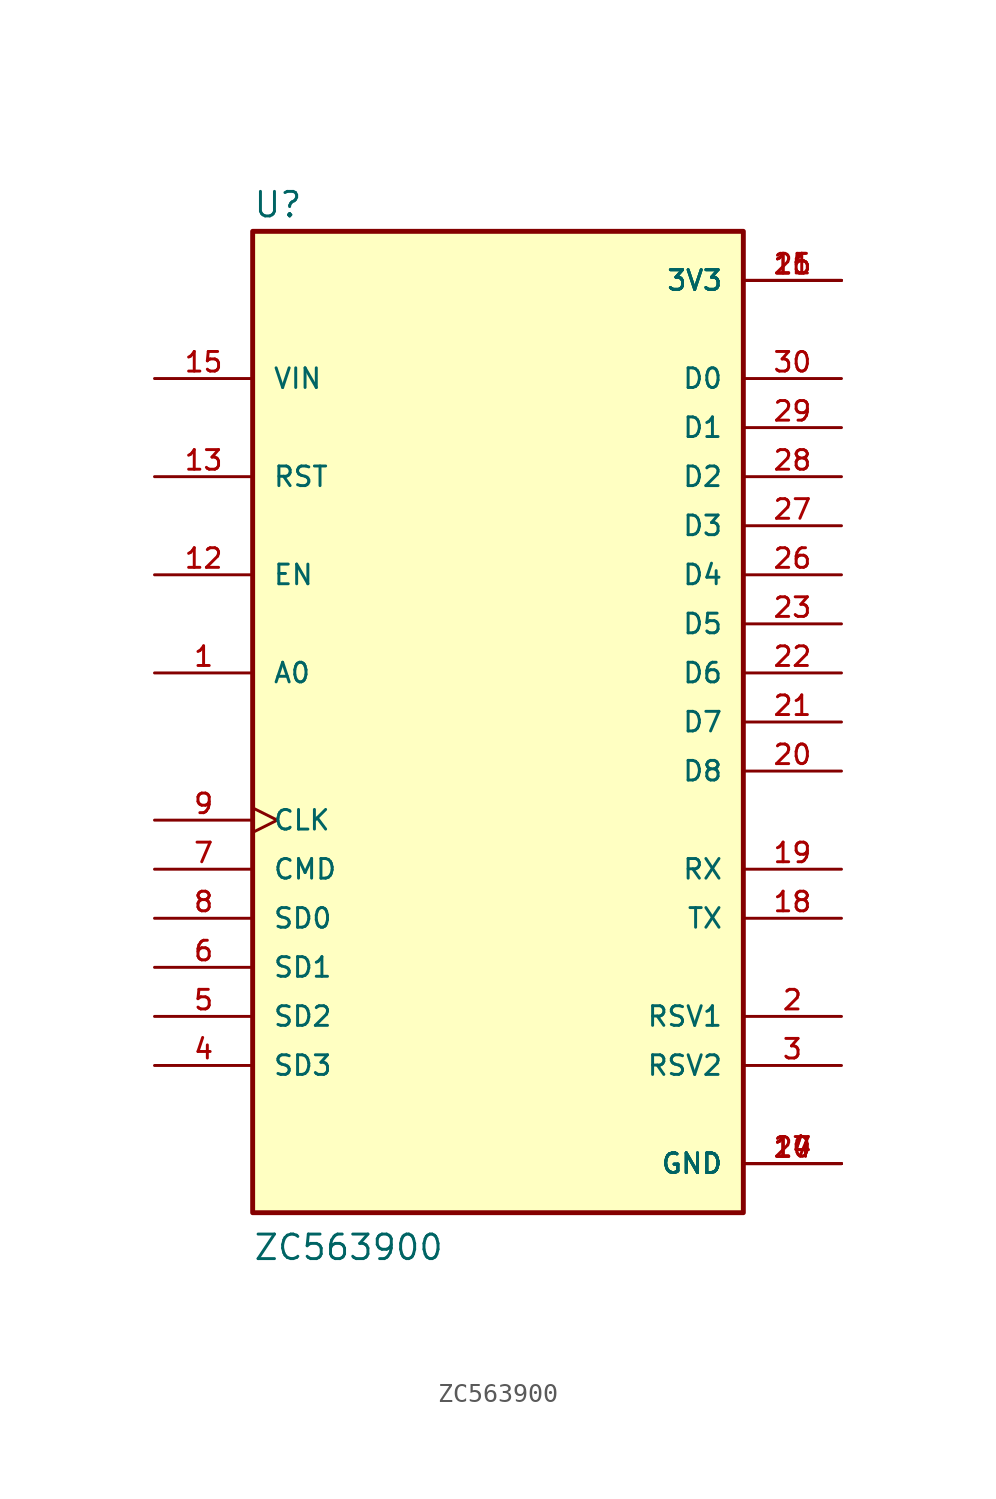
<source format=kicad_sym>
(kicad_symbol_lib
  (version 20211014)
  (generator kicad_symbol_editor)
  (symbol "ZC563900"
    (pin_names
      (offset 1.016))
    (property "Reference" "U"
      (at -12.7 26.035 0)
      (effects (font (size 1.27 1.27)) (justify bottom left)))
    (property "Value" "ZC563900"
      (at -12.7 -27.94 0)
      (effects (font (size 1.27 1.27)) (justify bottom left)))
    (symbol "ZC563900_0_0"
      (rectangle (start -12.7 -25.4) (end 12.7 25.4) (stroke (width 0.254)) (fill (type background)))
      (pin input line (at -17.78 2.54 0) (length 5.08) (name "A0" (effects (font (size 1.016 1.016)))) (number "1" (effects (font (size 1.016 1.016)))))
      (pin passive line (at 17.78 -15.24 180.0) (length 5.08) (name "RSV1" (effects (font (size 1.016 1.016)))) (number "2" (effects (font (size 1.016 1.016)))))
      (pin passive line (at 17.78 -17.78 180.0) (length 5.08) (name "RSV2" (effects (font (size 1.016 1.016)))) (number "3" (effects (font (size 1.016 1.016)))))
      (pin bidirectional line (at -17.78 -17.78 0) (length 5.08) (name "SD3" (effects (font (size 1.016 1.016)))) (number "4" (effects (font (size 1.016 1.016)))))
      (pin bidirectional line (at -17.78 -15.24 0) (length 5.08) (name "SD2" (effects (font (size 1.016 1.016)))) (number "5" (effects (font (size 1.016 1.016)))))
      (pin bidirectional line (at -17.78 -12.7 0) (length 5.08) (name "SD1" (effects (font (size 1.016 1.016)))) (number "6" (effects (font (size 1.016 1.016)))))
      (pin input line (at -17.78 -7.62 0) (length 5.08) (name "CMD" (effects (font (size 1.016 1.016)))) (number "7" (effects (font (size 1.016 1.016)))))
      (pin bidirectional line (at -17.78 -10.16 0) (length 5.08) (name "SD0" (effects (font (size 1.016 1.016)))) (number "8" (effects (font (size 1.016 1.016)))))
      (pin input clock (at -17.78 -5.08 0) (length 5.08) (name "CLK" (effects (font (size 1.016 1.016)))) (number "9" (effects (font (size 1.016 1.016)))))
      (pin power_in line (at 17.78 -22.86 180.0) (length 5.08) (name "GND" (effects (font (size 1.016 1.016)))) (number "10" (effects (font (size 1.016 1.016)))))
      (pin power_in line (at 17.78 -22.86 180.0) (length 5.08) (name "GND" (effects (font (size 1.016 1.016)))) (number "14" (effects (font (size 1.016 1.016)))))
      (pin power_in line (at 17.78 -22.86 180.0) (length 5.08) (name "GND" (effects (font (size 1.016 1.016)))) (number "17" (effects (font (size 1.016 1.016)))))
      (pin power_in line (at 17.78 -22.86 180.0) (length 5.08) (name "GND" (effects (font (size 1.016 1.016)))) (number "24" (effects (font (size 1.016 1.016)))))
      (pin power_in line (at 17.78 22.86 180.0) (length 5.08) (name "3V3" (effects (font (size 1.016 1.016)))) (number "11" (effects (font (size 1.016 1.016)))))
      (pin power_in line (at 17.78 22.86 180.0) (length 5.08) (name "3V3" (effects (font (size 1.016 1.016)))) (number "16" (effects (font (size 1.016 1.016)))))
      (pin power_in line (at 17.78 22.86 180.0) (length 5.08) (name "3V3" (effects (font (size 1.016 1.016)))) (number "25" (effects (font (size 1.016 1.016)))))
      (pin input line (at -17.78 7.62 0) (length 5.08) (name "EN" (effects (font (size 1.016 1.016)))) (number "12" (effects (font (size 1.016 1.016)))))
      (pin input line (at -17.78 12.7 0) (length 5.08) (name "RST" (effects (font (size 1.016 1.016)))) (number "13" (effects (font (size 1.016 1.016)))))
      (pin input line (at -17.78 17.78 0) (length 5.08) (name "VIN" (effects (font (size 1.016 1.016)))) (number "15" (effects (font (size 1.016 1.016)))))
      (pin bidirectional line (at 17.78 17.78 180.0) (length 5.08) (name "D0" (effects (font (size 1.016 1.016)))) (number "30" (effects (font (size 1.016 1.016)))))
      (pin bidirectional line (at 17.78 15.24 180.0) (length 5.08) (name "D1" (effects (font (size 1.016 1.016)))) (number "29" (effects (font (size 1.016 1.016)))))
      (pin bidirectional line (at 17.78 12.7 180.0) (length 5.08) (name "D2" (effects (font (size 1.016 1.016)))) (number "28" (effects (font (size 1.016 1.016)))))
      (pin bidirectional line (at 17.78 10.16 180.0) (length 5.08) (name "D3" (effects (font (size 1.016 1.016)))) (number "27" (effects (font (size 1.016 1.016)))))
      (pin bidirectional line (at 17.78 7.62 180.0) (length 5.08) (name "D4" (effects (font (size 1.016 1.016)))) (number "26" (effects (font (size 1.016 1.016)))))
      (pin bidirectional line (at 17.78 5.08 180.0) (length 5.08) (name "D5" (effects (font (size 1.016 1.016)))) (number "23" (effects (font (size 1.016 1.016)))))
      (pin bidirectional line (at 17.78 2.54 180.0) (length 5.08) (name "D6" (effects (font (size 1.016 1.016)))) (number "22" (effects (font (size 1.016 1.016)))))
      (pin bidirectional line (at 17.78 0.0 180.0) (length 5.08) (name "D7" (effects (font (size 1.016 1.016)))) (number "21" (effects (font (size 1.016 1.016)))))
      (pin bidirectional line (at 17.78 -2.54 180.0) (length 5.08) (name "D8" (effects (font (size 1.016 1.016)))) (number "20" (effects (font (size 1.016 1.016)))))
      (pin bidirectional line (at 17.78 -7.62 180.0) (length 5.08) (name "RX" (effects (font (size 1.016 1.016)))) (number "19" (effects (font (size 1.016 1.016)))))
      (pin bidirectional line (at 17.78 -10.16 180.0) (length 5.08) (name "TX" (effects (font (size 1.016 1.016)))) (number "18" (effects (font (size 1.016 1.016))))))))
</source>
